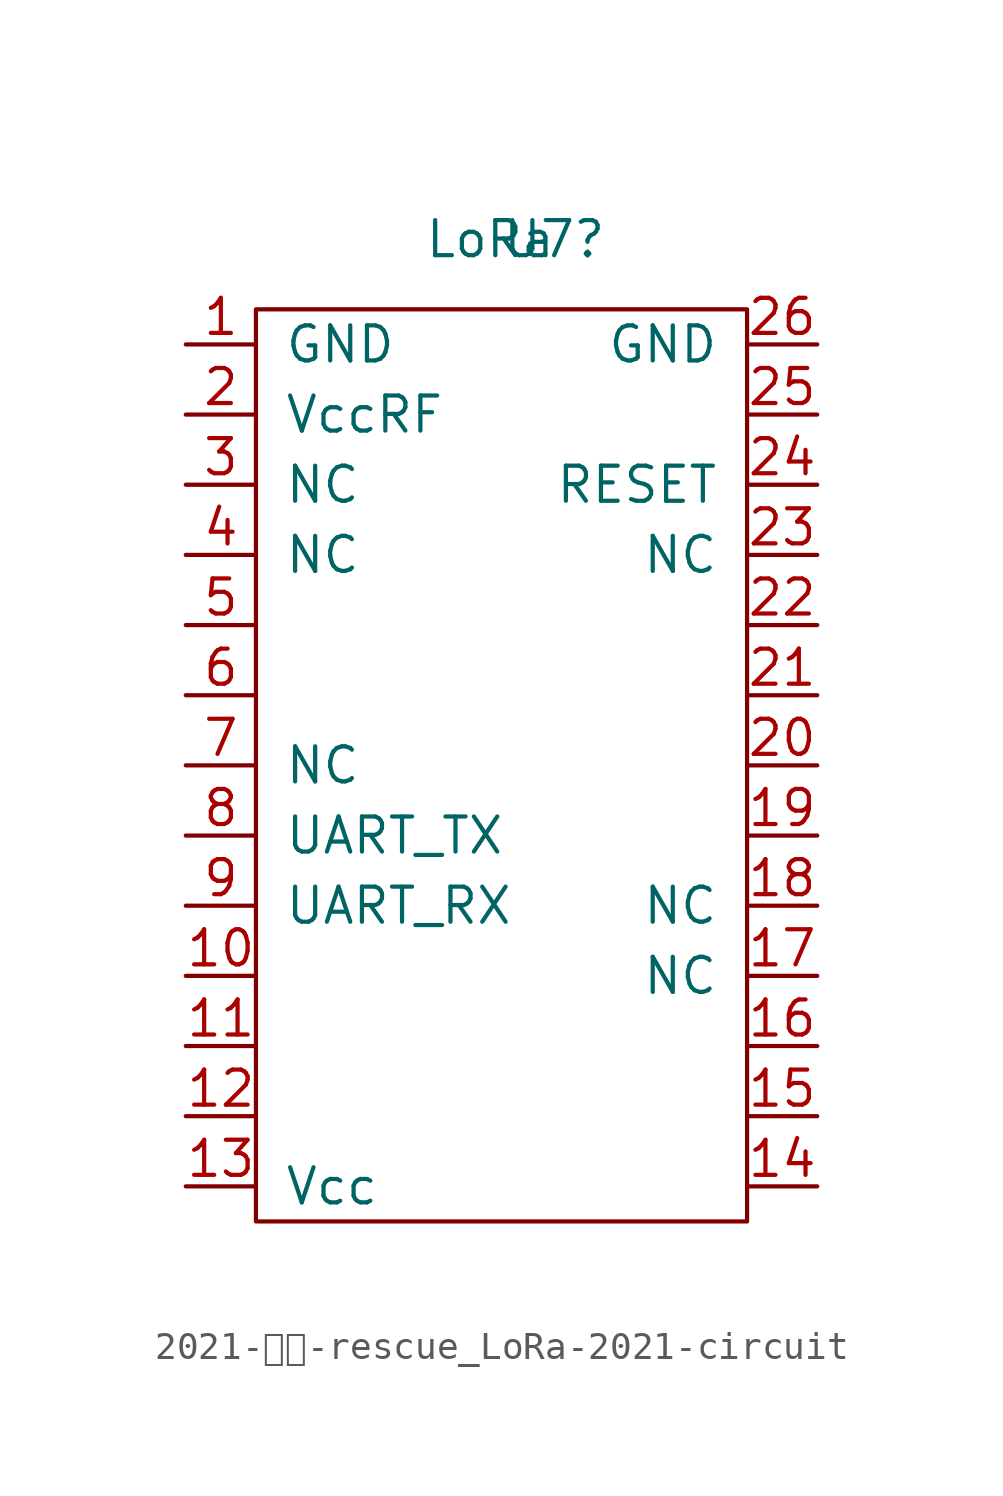
<source format=kicad_sym>
(kicad_symbol_lib
  (version 20211014)
  (generator kicad_symbol_editor)
  (symbol "2021-回路-rescue_LoRa-2021-circuit"
    (pin_names
      (offset 1.016))
    (property "Reference" "U7"
      (at 1.905 0 0)
      (effects (font (size 1.27 1.27))))
    (property "Value" "LoRa"
      (at -0.406 0 0)
      (effects (font (size 1.27 1.27))))
    (symbol "2021-回路-rescue_LoRa-2021-circuit_0_1"
      (rectangle (start -8.89 -2.54) (end 8.89 -35.56) (stroke (width 0) (type default) (color 0 0 0 0)) (fill (type none))))
    (symbol "2021-回路-rescue_LoRa-2021-circuit_1_1"
      (pin input line (at -11.43 -3.81 0) (length 2.54) (name "GND" (effects (font (size 1.27 1.27)))) (number "1" (effects (font (size 1.27 1.27)))))
      (pin input line (at -11.43 -26.67 0) (length 2.54) (name "~" (effects (font (size 1.27 1.27)))) (number "10" (effects (font (size 1.27 1.27)))))
      (pin input line (at -11.43 -29.21 0) (length 2.54) (name "~" (effects (font (size 1.27 1.27)))) (number "11" (effects (font (size 1.27 1.27)))))
      (pin input line (at -11.43 -31.75 0) (length 2.54) (name "~" (effects (font (size 1.27 1.27)))) (number "12" (effects (font (size 1.27 1.27)))))
      (pin input line (at -11.43 -34.29 0) (length 2.54) (name "Vcc" (effects (font (size 1.27 1.27)))) (number "13" (effects (font (size 1.27 1.27)))))
      (pin input line (at 11.43 -34.29 180) (length 2.54) (name "~" (effects (font (size 1.27 1.27)))) (number "14" (effects (font (size 1.27 1.27)))))
      (pin input line (at 11.43 -31.75 180) (length 2.54) (name "~" (effects (font (size 1.27 1.27)))) (number "15" (effects (font (size 1.27 1.27)))))
      (pin input line (at 11.43 -29.21 180) (length 2.54) (name "~" (effects (font (size 1.27 1.27)))) (number "16" (effects (font (size 1.27 1.27)))))
      (pin input line (at 11.43 -26.67 180) (length 2.54) (name "NC" (effects (font (size 1.27 1.27)))) (number "17" (effects (font (size 1.27 1.27)))))
      (pin input line (at 11.43 -24.13 180) (length 2.54) (name "NC" (effects (font (size 1.27 1.27)))) (number "18" (effects (font (size 1.27 1.27)))))
      (pin input line (at 11.43 -21.59 180) (length 2.54) (name "~" (effects (font (size 1.27 1.27)))) (number "19" (effects (font (size 1.27 1.27)))))
      (pin input line (at -11.43 -6.35 0) (length 2.54) (name "VccRF" (effects (font (size 1.27 1.27)))) (number "2" (effects (font (size 1.27 1.27)))))
      (pin input line (at 11.43 -19.05 180) (length 2.54) (name "~" (effects (font (size 1.27 1.27)))) (number "20" (effects (font (size 1.27 1.27)))))
      (pin input line (at 11.43 -16.51 180) (length 2.54) (name "~" (effects (font (size 1.27 1.27)))) (number "21" (effects (font (size 1.27 1.27)))))
      (pin input line (at 11.43 -13.97 180) (length 2.54) (name "~" (effects (font (size 1.27 1.27)))) (number "22" (effects (font (size 1.27 1.27)))))
      (pin input line (at 11.43 -11.43 180) (length 2.54) (name "NC" (effects (font (size 1.27 1.27)))) (number "23" (effects (font (size 1.27 1.27)))))
      (pin input line (at 11.43 -8.89 180) (length 2.54) (name "RESET" (effects (font (size 1.27 1.27)))) (number "24" (effects (font (size 1.27 1.27)))))
      (pin input line (at 11.43 -6.35 180) (length 2.54) (name "~" (effects (font (size 1.27 1.27)))) (number "25" (effects (font (size 1.27 1.27)))))
      (pin input line (at 11.43 -3.81 180) (length 2.54) (name "GND" (effects (font (size 1.27 1.27)))) (number "26" (effects (font (size 1.27 1.27)))))
      (pin input line (at -11.43 -8.89 0) (length 2.54) (name "NC" (effects (font (size 1.27 1.27)))) (number "3" (effects (font (size 1.27 1.27)))))
      (pin input line (at -11.43 -11.43 0) (length 2.54) (name "NC" (effects (font (size 1.27 1.27)))) (number "4" (effects (font (size 1.27 1.27)))))
      (pin input line (at -11.43 -13.97 0) (length 2.54) (name "~" (effects (font (size 1.27 1.27)))) (number "5" (effects (font (size 1.27 1.27)))))
      (pin input line (at -11.43 -16.51 0) (length 2.54) (name "~" (effects (font (size 1.27 1.27)))) (number "6" (effects (font (size 1.27 1.27)))))
      (pin input line (at -11.43 -19.05 0) (length 2.54) (name "NC" (effects (font (size 1.27 1.27)))) (number "7" (effects (font (size 1.27 1.27)))))
      (pin input line (at -11.43 -21.59 0) (length 2.54) (name "UART_TX" (effects (font (size 1.27 1.27)))) (number "8" (effects (font (size 1.27 1.27)))))
      (pin input line (at -11.43 -24.13 0) (length 2.54) (name "UART_RX" (effects (font (size 1.27 1.27)))) (number "9" (effects (font (size 1.27 1.27))))))))
</source>
